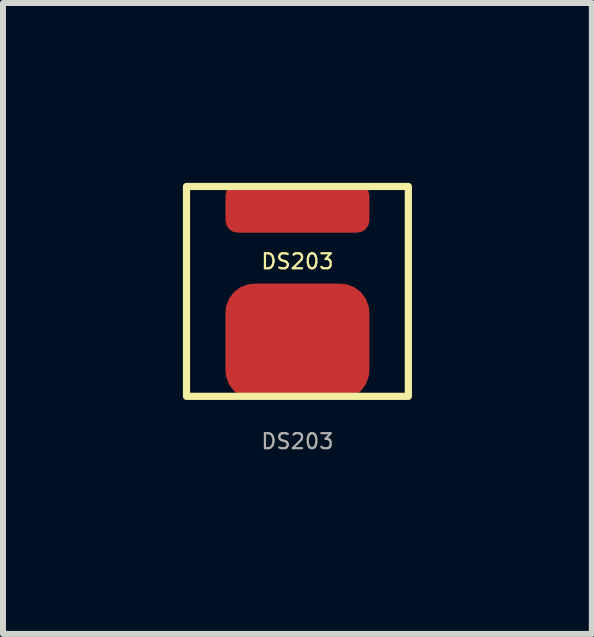
<source format=kicad_pcb>
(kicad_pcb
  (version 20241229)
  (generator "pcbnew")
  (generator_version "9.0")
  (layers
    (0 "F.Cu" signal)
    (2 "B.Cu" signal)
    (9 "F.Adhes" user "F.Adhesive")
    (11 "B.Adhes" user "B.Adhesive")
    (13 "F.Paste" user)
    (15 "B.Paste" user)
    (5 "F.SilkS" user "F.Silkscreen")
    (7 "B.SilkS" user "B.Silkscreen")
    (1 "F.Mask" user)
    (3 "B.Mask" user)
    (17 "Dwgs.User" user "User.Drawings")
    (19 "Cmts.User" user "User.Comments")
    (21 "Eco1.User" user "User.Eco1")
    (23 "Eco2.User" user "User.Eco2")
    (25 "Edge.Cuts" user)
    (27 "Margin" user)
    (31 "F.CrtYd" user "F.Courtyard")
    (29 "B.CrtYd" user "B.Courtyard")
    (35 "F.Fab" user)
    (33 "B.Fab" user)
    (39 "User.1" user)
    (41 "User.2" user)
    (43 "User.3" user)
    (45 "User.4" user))
  (footprint "DS203"
    (layer "F.Cu")
    (at 1.91 1.81)
    (property "Reference" "DS203" (at 0 -0.5 0) (unlocked yes) (layer "F.SilkS") (effects (font (size 0.25 0.25) (thickness 0.037))))
    (attr smd)
    (fp_rect (start -1.85 -1.75) (end 1.85 1.75) (stroke (width 0.12) (type solid)) (fill no) (layer "F.SilkS"))
    (fp_text user "${REFERENCE}" (at 0 2.5 0) (unlocked yes) (layer "F.Fab") (effects (font (size 0.25 0.25) (thickness 0.037))))
    (pad "1" smd roundrect (at 0 0.835) (size 2.4 1.93) (layers "F.Cu" "F.Mask" "F.Paste") (roundrect_rratio 0.25))
    (pad "2" smd roundrect (at 0 -1.39) (size 2.4 0.82) (layers "F.Cu" "F.Mask" "F.Paste") (roundrect_rratio 0.25)))
  (gr_rect
    (start -3 -3)
    (end 6.82 7.522)
    (stroke (width 0.1) (type default))
    (fill no)
    (layer "Edge.Cuts")))
</source>
